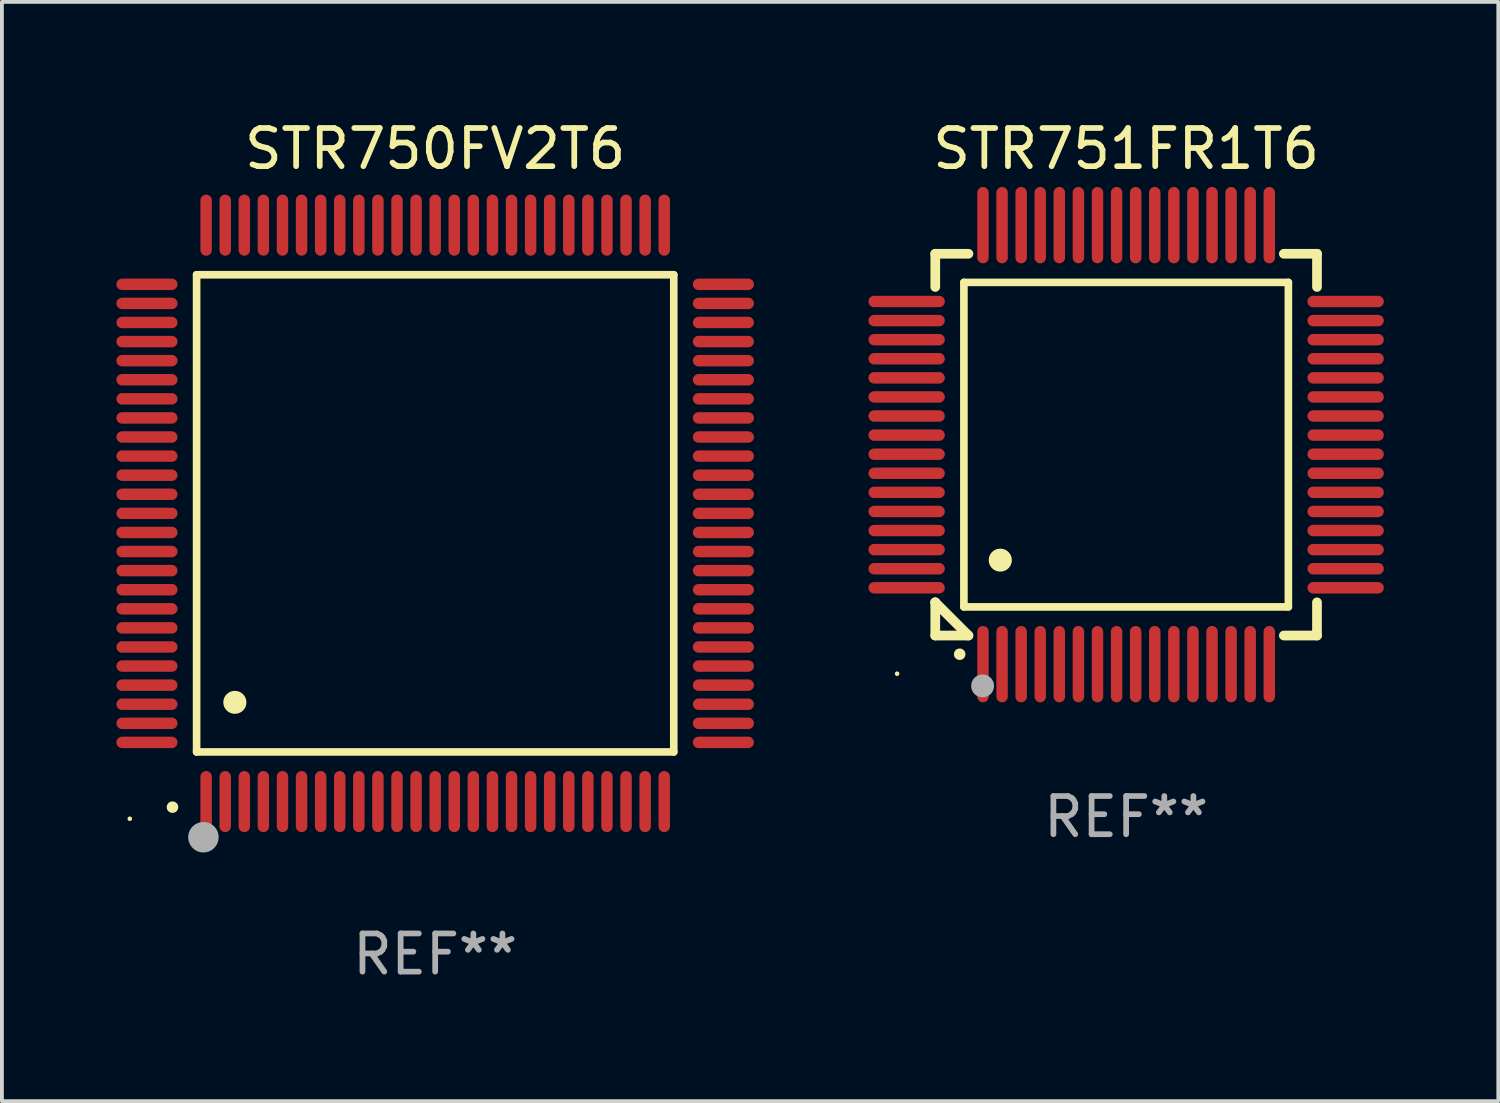
<source format=kicad_pcb>
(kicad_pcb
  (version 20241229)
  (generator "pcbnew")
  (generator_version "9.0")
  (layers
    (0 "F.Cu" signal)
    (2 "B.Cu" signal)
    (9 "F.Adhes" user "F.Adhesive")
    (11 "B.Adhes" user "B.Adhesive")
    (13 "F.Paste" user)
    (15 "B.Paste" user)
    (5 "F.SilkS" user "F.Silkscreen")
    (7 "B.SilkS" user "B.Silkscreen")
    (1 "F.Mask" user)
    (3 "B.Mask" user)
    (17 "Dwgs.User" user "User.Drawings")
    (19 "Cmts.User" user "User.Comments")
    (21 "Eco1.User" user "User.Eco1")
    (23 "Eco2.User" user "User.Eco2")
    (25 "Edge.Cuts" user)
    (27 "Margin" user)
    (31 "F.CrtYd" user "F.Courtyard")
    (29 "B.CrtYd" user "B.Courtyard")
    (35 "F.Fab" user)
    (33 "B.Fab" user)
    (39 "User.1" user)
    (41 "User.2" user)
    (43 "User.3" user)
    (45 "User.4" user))
  (footprint "STR750FV2T6"
    (layer "F.Cu")
    (at 8.35 10.398)
    (property "Reference" "STR750FV2T6" (at 0 -9.55 0) (layer "F.SilkS") (effects (font (size 1 1) (thickness 0.15))))
    (attr through_hole)
    (fp_line (start -6.25 -6.25) (end -6.25 6.25) (stroke (width 0.2) (type solid)) (layer "F.SilkS"))
    (fp_line (start -6.25 6.25) (end 6.25 6.25) (stroke (width 0.2) (type solid)) (layer "F.SilkS"))
    (fp_line (start 6.25 -6.25) (end -6.25 -6.25) (stroke (width 0.2) (type solid)) (layer "F.SilkS"))
    (fp_line (start 6.25 6.25) (end 6.25 -6.25) (stroke (width 0.2) (type solid)) (layer "F.SilkS"))
    (fp_arc (start -6.883414 7.696215) (mid -6.882144 7.69621) (end -6.880874 7.696215) (stroke (width 0.3) (type solid)) (layer "F.SilkS"))
    (fp_arc (start -5.250191 4.95047) (mid -5.247651 4.950459) (end -5.245111 4.95047) (stroke (width 0.6) (type solid)) (layer "F.SilkS"))
    (fp_circle (center -8 8) (end -7.97 8) (stroke (width 0.06) (type solid)) (fill no) (layer "F.SilkS"))
    (fp_circle (center -6.071 8.484) (end -5.871 8.484) (stroke (width 0.4) (type solid)) (fill no) (layer "F.Fab"))
    (fp_text user "REF**" (at 0 11.55 0) (layer "F.Fab") (effects (font (size 1 1) (thickness 0.15))))
    (pad "1" smd oval (at -6 7.55) (size 0.3 1.6) (layers "F.Cu" "F.Mask" "F.Paste"))
    (pad "2" smd oval (at -5.5 7.55) (size 0.3 1.6) (layers "F.Cu" "F.Mask" "F.Paste"))
    (pad "3" smd oval (at -5 7.55) (size 0.3 1.6) (layers "F.Cu" "F.Mask" "F.Paste"))
    (pad "4" smd oval (at -4.5 7.55) (size 0.3 1.6) (layers "F.Cu" "F.Mask" "F.Paste"))
    (pad "5" smd oval (at -4 7.55) (size 0.3 1.6) (layers "F.Cu" "F.Mask" "F.Paste"))
    (pad "6" smd oval (at -3.5 7.55) (size 0.3 1.6) (layers "F.Cu" "F.Mask" "F.Paste"))
    (pad "7" smd oval (at -3 7.55) (size 0.3 1.6) (layers "F.Cu" "F.Mask" "F.Paste"))
    (pad "8" smd oval (at -2.5 7.55) (size 0.3 1.6) (layers "F.Cu" "F.Mask" "F.Paste"))
    (pad "9" smd oval (at -2 7.55) (size 0.3 1.6) (layers "F.Cu" "F.Mask" "F.Paste"))
    (pad "10" smd oval (at -1.5 7.55) (size 0.3 1.6) (layers "F.Cu" "F.Mask" "F.Paste"))
    (pad "11" smd oval (at -1 7.55) (size 0.3 1.6) (layers "F.Cu" "F.Mask" "F.Paste"))
    (pad "12" smd oval (at -0.5 7.55) (size 0.3 1.6) (layers "F.Cu" "F.Mask" "F.Paste"))
    (pad "13" smd oval (at 0 7.55) (size 0.3 1.6) (layers "F.Cu" "F.Mask" "F.Paste"))
    (pad "14" smd oval (at 0.5 7.55) (size 0.3 1.6) (layers "F.Cu" "F.Mask" "F.Paste"))
    (pad "15" smd oval (at 1 7.55) (size 0.3 1.6) (layers "F.Cu" "F.Mask" "F.Paste"))
    (pad "16" smd oval (at 1.5 7.55) (size 0.3 1.6) (layers "F.Cu" "F.Mask" "F.Paste"))
    (pad "17" smd oval (at 2 7.55) (size 0.3 1.6) (layers "F.Cu" "F.Mask" "F.Paste"))
    (pad "18" smd oval (at 2.5 7.55) (size 0.3 1.6) (layers "F.Cu" "F.Mask" "F.Paste"))
    (pad "19" smd oval (at 3 7.55) (size 0.3 1.6) (layers "F.Cu" "F.Mask" "F.Paste"))
    (pad "20" smd oval (at 3.5 7.55) (size 0.3 1.6) (layers "F.Cu" "F.Mask" "F.Paste"))
    (pad "21" smd oval (at 4 7.55) (size 0.3 1.6) (layers "F.Cu" "F.Mask" "F.Paste"))
    (pad "22" smd oval (at 4.5 7.55) (size 0.3 1.6) (layers "F.Cu" "F.Mask" "F.Paste"))
    (pad "23" smd oval (at 5 7.55) (size 0.3 1.6) (layers "F.Cu" "F.Mask" "F.Paste"))
    (pad "24" smd oval (at 5.5 7.55) (size 0.3 1.6) (layers "F.Cu" "F.Mask" "F.Paste"))
    (pad "25" smd oval (at 6 7.55) (size 0.3 1.6) (layers "F.Cu" "F.Mask" "F.Paste"))
    (pad "26" smd oval (at 7.55 6) (size 1.6 0.3) (layers "F.Cu" "F.Mask" "F.Paste"))
    (pad "27" smd oval (at 7.55 5.5) (size 1.6 0.3) (layers "F.Cu" "F.Mask" "F.Paste"))
    (pad "28" smd oval (at 7.55 5) (size 1.6 0.3) (layers "F.Cu" "F.Mask" "F.Paste"))
    (pad "29" smd oval (at 7.55 4.5) (size 1.6 0.3) (layers "F.Cu" "F.Mask" "F.Paste"))
    (pad "30" smd oval (at 7.55 4) (size 1.6 0.3) (layers "F.Cu" "F.Mask" "F.Paste"))
    (pad "31" smd oval (at 7.55 3.5) (size 1.6 0.3) (layers "F.Cu" "F.Mask" "F.Paste"))
    (pad "32" smd oval (at 7.55 3) (size 1.6 0.3) (layers "F.Cu" "F.Mask" "F.Paste"))
    (pad "33" smd oval (at 7.55 2.5) (size 1.6 0.3) (layers "F.Cu" "F.Mask" "F.Paste"))
    (pad "34" smd oval (at 7.55 2) (size 1.6 0.3) (layers "F.Cu" "F.Mask" "F.Paste"))
    (pad "35" smd oval (at 7.55 1.5) (size 1.6 0.3) (layers "F.Cu" "F.Mask" "F.Paste"))
    (pad "36" smd oval (at 7.55 1) (size 1.6 0.3) (layers "F.Cu" "F.Mask" "F.Paste"))
    (pad "37" smd oval (at 7.55 0.5) (size 1.6 0.3) (layers "F.Cu" "F.Mask" "F.Paste"))
    (pad "38" smd oval (at 7.55 0) (size 1.6 0.3) (layers "F.Cu" "F.Mask" "F.Paste"))
    (pad "39" smd oval (at 7.55 -0.5) (size 1.6 0.3) (layers "F.Cu" "F.Mask" "F.Paste"))
    (pad "40" smd oval (at 7.55 -1) (size 1.6 0.3) (layers "F.Cu" "F.Mask" "F.Paste"))
    (pad "41" smd oval (at 7.55 -1.5) (size 1.6 0.3) (layers "F.Cu" "F.Mask" "F.Paste"))
    (pad "42" smd oval (at 7.55 -2) (size 1.6 0.3) (layers "F.Cu" "F.Mask" "F.Paste"))
    (pad "43" smd oval (at 7.55 -2.5) (size 1.6 0.3) (layers "F.Cu" "F.Mask" "F.Paste"))
    (pad "44" smd oval (at 7.55 -3) (size 1.6 0.3) (layers "F.Cu" "F.Mask" "F.Paste"))
    (pad "45" smd oval (at 7.55 -3.5) (size 1.6 0.3) (layers "F.Cu" "F.Mask" "F.Paste"))
    (pad "46" smd oval (at 7.55 -4) (size 1.6 0.3) (layers "F.Cu" "F.Mask" "F.Paste"))
    (pad "47" smd oval (at 7.55 -4.5) (size 1.6 0.3) (layers "F.Cu" "F.Mask" "F.Paste"))
    (pad "48" smd oval (at 7.55 -5) (size 1.6 0.3) (layers "F.Cu" "F.Mask" "F.Paste"))
    (pad "49" smd oval (at 7.55 -5.5) (size 1.6 0.3) (layers "F.Cu" "F.Mask" "F.Paste"))
    (pad "50" smd oval (at 7.55 -6) (size 1.6 0.3) (layers "F.Cu" "F.Mask" "F.Paste"))
    (pad "51" smd oval (at 6 -7.55) (size 0.3 1.6) (layers "F.Cu" "F.Mask" "F.Paste"))
    (pad "52" smd oval (at 5.5 -7.55) (size 0.3 1.6) (layers "F.Cu" "F.Mask" "F.Paste"))
    (pad "53" smd oval (at 5 -7.55) (size 0.3 1.6) (layers "F.Cu" "F.Mask" "F.Paste"))
    (pad "54" smd oval (at 4.5 -7.55) (size 0.3 1.6) (layers "F.Cu" "F.Mask" "F.Paste"))
    (pad "55" smd oval (at 4 -7.55) (size 0.3 1.6) (layers "F.Cu" "F.Mask" "F.Paste"))
    (pad "56" smd oval (at 3.5 -7.55) (size 0.3 1.6) (layers "F.Cu" "F.Mask" "F.Paste"))
    (pad "57" smd oval (at 3 -7.55) (size 0.3 1.6) (layers "F.Cu" "F.Mask" "F.Paste"))
    (pad "58" smd oval (at 2.5 -7.55) (size 0.3 1.6) (layers "F.Cu" "F.Mask" "F.Paste"))
    (pad "59" smd oval (at 2 -7.55) (size 0.3 1.6) (layers "F.Cu" "F.Mask" "F.Paste"))
    (pad "60" smd oval (at 1.5 -7.55) (size 0.3 1.6) (layers "F.Cu" "F.Mask" "F.Paste"))
    (pad "61" smd oval (at 1 -7.55) (size 0.3 1.6) (layers "F.Cu" "F.Mask" "F.Paste"))
    (pad "62" smd oval (at 0.5 -7.55) (size 0.3 1.6) (layers "F.Cu" "F.Mask" "F.Paste"))
    (pad "63" smd oval (at 0 -7.55) (size 0.3 1.6) (layers "F.Cu" "F.Mask" "F.Paste"))
    (pad "64" smd oval (at -0.5 -7.55) (size 0.3 1.6) (layers "F.Cu" "F.Mask" "F.Paste"))
    (pad "65" smd oval (at -1 -7.55) (size 0.3 1.6) (layers "F.Cu" "F.Mask" "F.Paste"))
    (pad "66" smd oval (at -1.5 -7.55) (size 0.3 1.6) (layers "F.Cu" "F.Mask" "F.Paste"))
    (pad "67" smd oval (at -2 -7.55) (size 0.3 1.6) (layers "F.Cu" "F.Mask" "F.Paste"))
    (pad "68" smd oval (at -2.5 -7.55) (size 0.3 1.6) (layers "F.Cu" "F.Mask" "F.Paste"))
    (pad "69" smd oval (at -3 -7.55) (size 0.3 1.6) (layers "F.Cu" "F.Mask" "F.Paste"))
    (pad "70" smd oval (at -3.5 -7.55) (size 0.3 1.6) (layers "F.Cu" "F.Mask" "F.Paste"))
    (pad "71" smd oval (at -4 -7.55) (size 0.3 1.6) (layers "F.Cu" "F.Mask" "F.Paste"))
    (pad "72" smd oval (at -4.5 -7.55) (size 0.3 1.6) (layers "F.Cu" "F.Mask" "F.Paste"))
    (pad "73" smd oval (at -5 -7.55) (size 0.3 1.6) (layers "F.Cu" "F.Mask" "F.Paste"))
    (pad "74" smd oval (at -5.5 -7.55) (size 0.3 1.6) (layers "F.Cu" "F.Mask" "F.Paste"))
    (pad "75" smd oval (at -6 -7.55) (size 0.3 1.6) (layers "F.Cu" "F.Mask" "F.Paste"))
    (pad "76" smd oval (at -7.55 -6) (size 1.6 0.3) (layers "F.Cu" "F.Mask" "F.Paste"))
    (pad "77" smd oval (at -7.55 -5.5) (size 1.6 0.3) (layers "F.Cu" "F.Mask" "F.Paste"))
    (pad "78" smd oval (at -7.55 -5) (size 1.6 0.3) (layers "F.Cu" "F.Mask" "F.Paste"))
    (pad "79" smd oval (at -7.55 -4.5) (size 1.6 0.3) (layers "F.Cu" "F.Mask" "F.Paste"))
    (pad "80" smd oval (at -7.55 -4) (size 1.6 0.3) (layers "F.Cu" "F.Mask" "F.Paste"))
    (pad "81" smd oval (at -7.55 -3.5) (size 1.6 0.3) (layers "F.Cu" "F.Mask" "F.Paste"))
    (pad "82" smd oval (at -7.55 -3) (size 1.6 0.3) (layers "F.Cu" "F.Mask" "F.Paste"))
    (pad "83" smd oval (at -7.55 -2.5) (size 1.6 0.3) (layers "F.Cu" "F.Mask" "F.Paste"))
    (pad "84" smd oval (at -7.55 -2) (size 1.6 0.3) (layers "F.Cu" "F.Mask" "F.Paste"))
    (pad "85" smd oval (at -7.55 -1.5) (size 1.6 0.3) (layers "F.Cu" "F.Mask" "F.Paste"))
    (pad "86" smd oval (at -7.55 -1) (size 1.6 0.3) (layers "F.Cu" "F.Mask" "F.Paste"))
    (pad "87" smd oval (at -7.55 -0.5) (size 1.6 0.3) (layers "F.Cu" "F.Mask" "F.Paste"))
    (pad "88" smd oval (at -7.55 0) (size 1.6 0.3) (layers "F.Cu" "F.Mask" "F.Paste"))
    (pad "89" smd oval (at -7.55 0.5) (size 1.6 0.3) (layers "F.Cu" "F.Mask" "F.Paste"))
    (pad "90" smd oval (at -7.55 1) (size 1.6 0.3) (layers "F.Cu" "F.Mask" "F.Paste"))
    (pad "91" smd oval (at -7.55 1.5) (size 1.6 0.3) (layers "F.Cu" "F.Mask" "F.Paste"))
    (pad "92" smd oval (at -7.55 2) (size 1.6 0.3) (layers "F.Cu" "F.Mask" "F.Paste"))
    (pad "93" smd oval (at -7.55 2.5) (size 1.6 0.3) (layers "F.Cu" "F.Mask" "F.Paste"))
    (pad "94" smd oval (at -7.55 3) (size 1.6 0.3) (layers "F.Cu" "F.Mask" "F.Paste"))
    (pad "95" smd oval (at -7.55 3.5) (size 1.6 0.3) (layers "F.Cu" "F.Mask" "F.Paste"))
    (pad "96" smd oval (at -7.55 4) (size 1.6 0.3) (layers "F.Cu" "F.Mask" "F.Paste"))
    (pad "97" smd oval (at -7.55 4.5) (size 1.6 0.3) (layers "F.Cu" "F.Mask" "F.Paste"))
    (pad "98" smd oval (at -7.55 5) (size 1.6 0.3) (layers "F.Cu" "F.Mask" "F.Paste"))
    (pad "99" smd oval (at -7.55 5.5) (size 1.6 0.3) (layers "F.Cu" "F.Mask" "F.Paste"))
    (pad "100" smd oval (at -7.55 6) (size 1.6 0.3) (layers "F.Cu" "F.Mask" "F.Paste")))
  (footprint "STR751FR1T6"
    (layer "F.Cu")
    (at 26.45 8.598)
    (property "Reference" "STR751FR1T6" (at 0 -7.75 0) (layer "F.SilkS") (effects (font (size 1 1) (thickness 0.15))))
    (attr through_hole)
    (fp_line (start -5 -5) (end -4.131 -5) (stroke (width 0.254) (type solid)) (layer "F.SilkS"))
    (fp_line (start -5 -4.131) (end -5 -5) (stroke (width 0.254) (type solid)) (layer "F.SilkS"))
    (fp_line (start -5 4.131) (end -5 4.131) (stroke (width 0.254) (type solid)) (layer "F.SilkS"))
    (fp_line (start -5 5) (end -5 4.131) (stroke (width 0.254) (type solid)) (layer "F.SilkS"))
    (fp_line (start -5 4.131) (end -4.131 5) (stroke (width 0.254) (type solid)) (layer "F.SilkS"))
    (fp_line (start -4.25 -4.25) (end -4.25 4.25) (stroke (width 0.2) (type solid)) (layer "F.SilkS"))
    (fp_line (start -4.25 4.25) (end 4.25 4.25) (stroke (width 0.2) (type solid)) (layer "F.SilkS"))
    (fp_line (start -4.131 5) (end -5 5) (stroke (width 0.254) (type solid)) (layer "F.SilkS"))
    (fp_line (start 4.25 -4.25) (end -4.25 -4.25) (stroke (width 0.2) (type solid)) (layer "F.SilkS"))
    (fp_line (start 4.25 4.25) (end 4.25 -4.25) (stroke (width 0.2) (type solid)) (layer "F.SilkS"))
    (fp_line (start 5 -5) (end 4.131 -5) (stroke (width 0.254) (type solid)) (layer "F.SilkS"))
    (fp_line (start 5 -5) (end 5 -4.131) (stroke (width 0.254) (type solid)) (layer "F.SilkS"))
    (fp_line (start 5 4.131) (end 5 5) (stroke (width 0.254) (type solid)) (layer "F.SilkS"))
    (fp_line (start 5 5) (end 4.131 5) (stroke (width 0.254) (type solid)) (layer "F.SilkS"))
    (fp_arc (start -4.361265 5.489992) (mid -4.359995 5.489987) (end -4.358725 5.489992) (stroke (width 0.3) (type solid)) (layer "F.SilkS"))
    (fp_arc (start -3.299467 3.025146) (mid -3.296927 3.025135) (end -3.294387 3.025146) (stroke (width 0.6) (type solid)) (layer "F.SilkS"))
    (fp_circle (center -6 6) (end -5.97 6) (stroke (width 0.06) (type solid)) (fill no) (layer "F.SilkS"))
    (fp_circle (center -3.76 6.32) (end -3.61 6.32) (stroke (width 0.3) (type solid)) (fill no) (layer "F.Fab"))
    (fp_text user "REF**" (at 0 9.75 0) (layer "F.Fab") (effects (font (size 1 1) (thickness 0.15))))
    (pad "1" smd oval (at -3.75 5.75) (size 0.3 2) (layers "F.Cu" "F.Mask" "F.Paste"))
    (pad "2" smd oval (at -3.25 5.75) (size 0.3 2) (layers "F.Cu" "F.Mask" "F.Paste"))
    (pad "3" smd oval (at -2.75 5.75) (size 0.3 2) (layers "F.Cu" "F.Mask" "F.Paste"))
    (pad "4" smd oval (at -2.25 5.75) (size 0.3 2) (layers "F.Cu" "F.Mask" "F.Paste"))
    (pad "5" smd oval (at -1.75 5.75) (size 0.3 2) (layers "F.Cu" "F.Mask" "F.Paste"))
    (pad "6" smd oval (at -1.25 5.75) (size 0.3 2) (layers "F.Cu" "F.Mask" "F.Paste"))
    (pad "7" smd oval (at -0.75 5.75) (size 0.3 2) (layers "F.Cu" "F.Mask" "F.Paste"))
    (pad "8" smd oval (at -0.25 5.75) (size 0.3 2) (layers "F.Cu" "F.Mask" "F.Paste"))
    (pad "9" smd oval (at 0.25 5.75) (size 0.3 2) (layers "F.Cu" "F.Mask" "F.Paste"))
    (pad "10" smd oval (at 0.75 5.75) (size 0.3 2) (layers "F.Cu" "F.Mask" "F.Paste"))
    (pad "11" smd oval (at 1.25 5.75) (size 0.3 2) (layers "F.Cu" "F.Mask" "F.Paste"))
    (pad "12" smd oval (at 1.75 5.75) (size 0.3 2) (layers "F.Cu" "F.Mask" "F.Paste"))
    (pad "13" smd oval (at 2.25 5.75) (size 0.3 2) (layers "F.Cu" "F.Mask" "F.Paste"))
    (pad "14" smd oval (at 2.75 5.75) (size 0.3 2) (layers "F.Cu" "F.Mask" "F.Paste"))
    (pad "15" smd oval (at 3.25 5.75) (size 0.3 2) (layers "F.Cu" "F.Mask" "F.Paste"))
    (pad "16" smd oval (at 3.75 5.75) (size 0.3 2) (layers "F.Cu" "F.Mask" "F.Paste"))
    (pad "17" smd oval (at 5.75 3.75) (size 2 0.3) (layers "F.Cu" "F.Mask" "F.Paste"))
    (pad "18" smd oval (at 5.75 3.25) (size 2 0.3) (layers "F.Cu" "F.Mask" "F.Paste"))
    (pad "19" smd oval (at 5.75 2.75) (size 2 0.3) (layers "F.Cu" "F.Mask" "F.Paste"))
    (pad "20" smd oval (at 5.75 2.25) (size 2 0.3) (layers "F.Cu" "F.Mask" "F.Paste"))
    (pad "21" smd oval (at 5.75 1.75) (size 2 0.3) (layers "F.Cu" "F.Mask" "F.Paste"))
    (pad "22" smd oval (at 5.75 1.25) (size 2 0.3) (layers "F.Cu" "F.Mask" "F.Paste"))
    (pad "23" smd oval (at 5.75 0.75) (size 2 0.3) (layers "F.Cu" "F.Mask" "F.Paste"))
    (pad "24" smd oval (at 5.75 0.25) (size 2 0.3) (layers "F.Cu" "F.Mask" "F.Paste"))
    (pad "25" smd oval (at 5.75 -0.25) (size 2 0.3) (layers "F.Cu" "F.Mask" "F.Paste"))
    (pad "26" smd oval (at 5.75 -0.75) (size 2 0.3) (layers "F.Cu" "F.Mask" "F.Paste"))
    (pad "27" smd oval (at 5.75 -1.25) (size 2 0.3) (layers "F.Cu" "F.Mask" "F.Paste"))
    (pad "28" smd oval (at 5.75 -1.75) (size 2 0.3) (layers "F.Cu" "F.Mask" "F.Paste"))
    (pad "29" smd oval (at 5.75 -2.25) (size 2 0.3) (layers "F.Cu" "F.Mask" "F.Paste"))
    (pad "30" smd oval (at 5.75 -2.75) (size 2 0.3) (layers "F.Cu" "F.Mask" "F.Paste"))
    (pad "31" smd oval (at 5.75 -3.25) (size 2 0.3) (layers "F.Cu" "F.Mask" "F.Paste"))
    (pad "32" smd oval (at 5.75 -3.75) (size 2 0.3) (layers "F.Cu" "F.Mask" "F.Paste"))
    (pad "33" smd oval (at 3.75 -5.75) (size 0.3 2) (layers "F.Cu" "F.Mask" "F.Paste"))
    (pad "34" smd oval (at 3.25 -5.75) (size 0.3 2) (layers "F.Cu" "F.Mask" "F.Paste"))
    (pad "35" smd oval (at 2.75 -5.75) (size 0.3 2) (layers "F.Cu" "F.Mask" "F.Paste"))
    (pad "36" smd oval (at 2.25 -5.75) (size 0.3 2) (layers "F.Cu" "F.Mask" "F.Paste"))
    (pad "37" smd oval (at 1.75 -5.75) (size 0.3 2) (layers "F.Cu" "F.Mask" "F.Paste"))
    (pad "38" smd oval (at 1.25 -5.75) (size 0.3 2) (layers "F.Cu" "F.Mask" "F.Paste"))
    (pad "39" smd oval (at 0.75 -5.75) (size 0.3 2) (layers "F.Cu" "F.Mask" "F.Paste"))
    (pad "40" smd oval (at 0.25 -5.75) (size 0.3 2) (layers "F.Cu" "F.Mask" "F.Paste"))
    (pad "41" smd oval (at -0.25 -5.75) (size 0.3 2) (layers "F.Cu" "F.Mask" "F.Paste"))
    (pad "42" smd oval (at -0.75 -5.75) (size 0.3 2) (layers "F.Cu" "F.Mask" "F.Paste"))
    (pad "43" smd oval (at -1.25 -5.75) (size 0.3 2) (layers "F.Cu" "F.Mask" "F.Paste"))
    (pad "44" smd oval (at -1.75 -5.75) (size 0.3 2) (layers "F.Cu" "F.Mask" "F.Paste"))
    (pad "45" smd oval (at -2.25 -5.75) (size 0.3 2) (layers "F.Cu" "F.Mask" "F.Paste"))
    (pad "46" smd oval (at -2.75 -5.75) (size 0.3 2) (layers "F.Cu" "F.Mask" "F.Paste"))
    (pad "47" smd oval (at -3.25 -5.75) (size 0.3 2) (layers "F.Cu" "F.Mask" "F.Paste"))
    (pad "48" smd oval (at -3.75 -5.75) (size 0.3 2) (layers "F.Cu" "F.Mask" "F.Paste"))
    (pad "49" smd oval (at -5.75 -3.75) (size 2 0.3) (layers "F.Cu" "F.Mask" "F.Paste"))
    (pad "50" smd oval (at -5.75 -3.25) (size 2 0.3) (layers "F.Cu" "F.Mask" "F.Paste"))
    (pad "51" smd oval (at -5.75 -2.75) (size 2 0.3) (layers "F.Cu" "F.Mask" "F.Paste"))
    (pad "52" smd oval (at -5.75 -2.25) (size 2 0.3) (layers "F.Cu" "F.Mask" "F.Paste"))
    (pad "53" smd oval (at -5.75 -1.75) (size 2 0.3) (layers "F.Cu" "F.Mask" "F.Paste"))
    (pad "54" smd oval (at -5.75 -1.25) (size 2 0.3) (layers "F.Cu" "F.Mask" "F.Paste"))
    (pad "55" smd oval (at -5.75 -0.75) (size 2 0.3) (layers "F.Cu" "F.Mask" "F.Paste"))
    (pad "56" smd oval (at -5.75 -0.25) (size 2 0.3) (layers "F.Cu" "F.Mask" "F.Paste"))
    (pad "57" smd oval (at -5.75 0.25) (size 2 0.3) (layers "F.Cu" "F.Mask" "F.Paste"))
    (pad "58" smd oval (at -5.75 0.75) (size 2 0.3) (layers "F.Cu" "F.Mask" "F.Paste"))
    (pad "59" smd oval (at -5.75 1.25) (size 2 0.3) (layers "F.Cu" "F.Mask" "F.Paste"))
    (pad "60" smd oval (at -5.75 1.75) (size 2 0.3) (layers "F.Cu" "F.Mask" "F.Paste"))
    (pad "61" smd oval (at -5.75 2.25) (size 2 0.3) (layers "F.Cu" "F.Mask" "F.Paste"))
    (pad "62" smd oval (at -5.75 2.75) (size 2 0.3) (layers "F.Cu" "F.Mask" "F.Paste"))
    (pad "63" smd oval (at -5.75 3.25) (size 2 0.3) (layers "F.Cu" "F.Mask" "F.Paste"))
    (pad "64" smd oval (at -5.75 3.75) (size 2 0.3) (layers "F.Cu" "F.Mask" "F.Paste")))
  (gr_rect
    (start -3 -3)
    (end 36.199 25.796)
    (stroke (width 0.1) (type default))
    (fill no)
    (layer "Edge.Cuts")))
</source>
